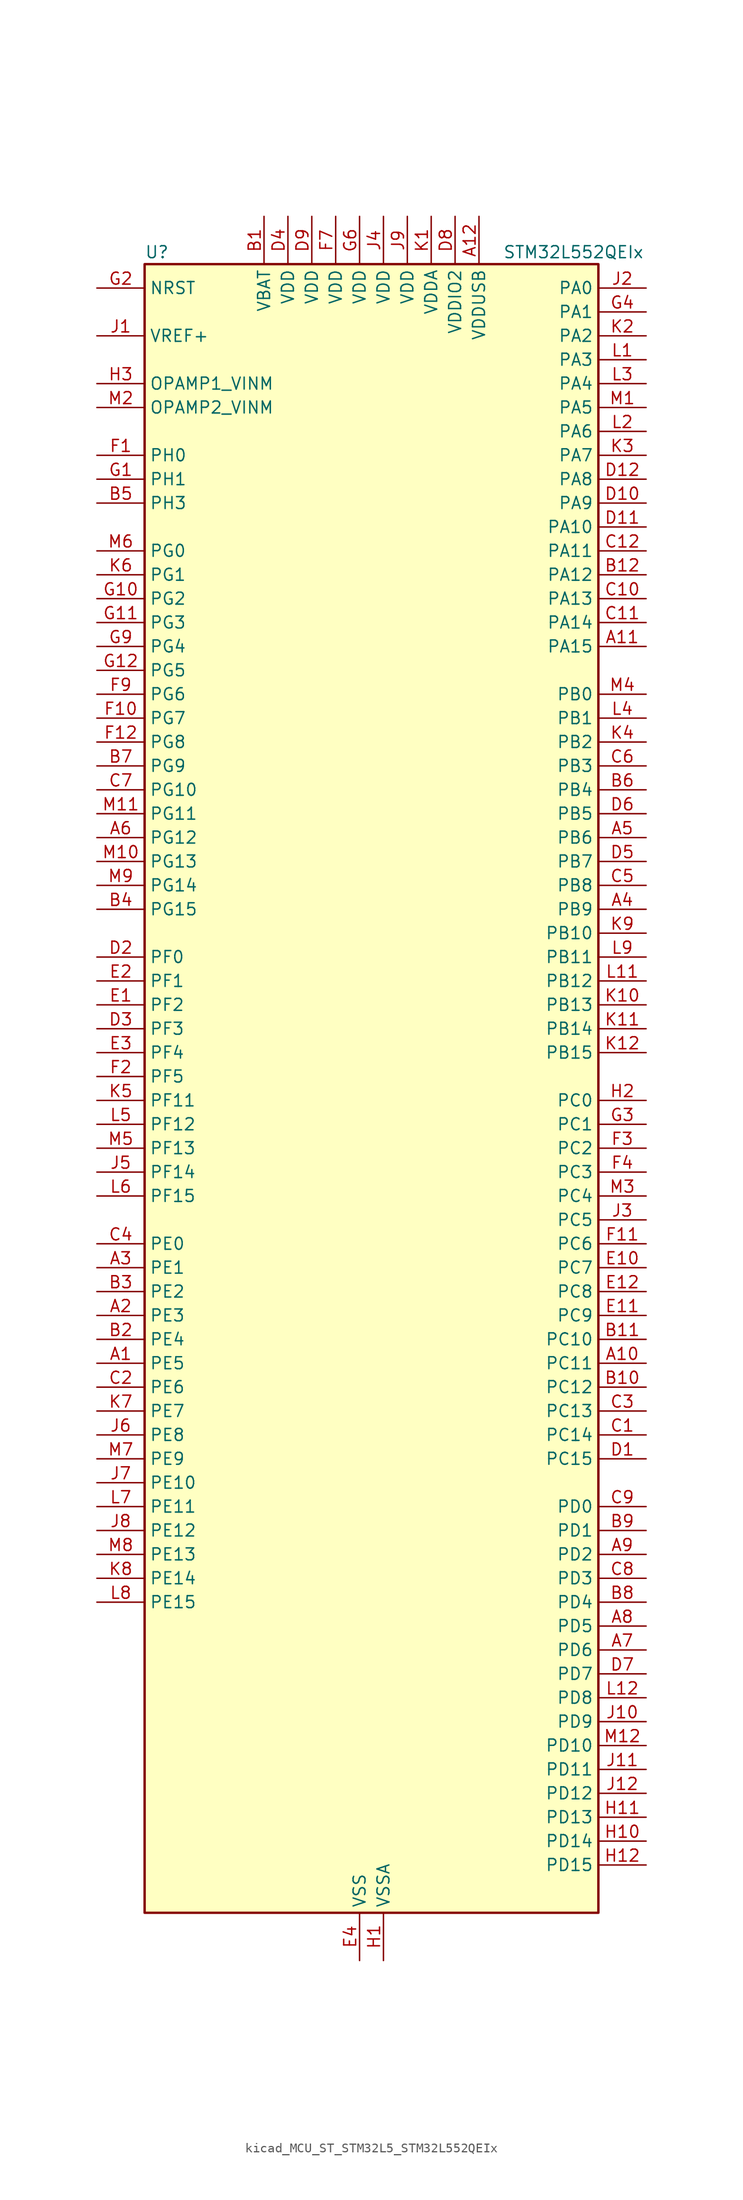
<source format=kicad_sym>
(kicad_symbol_lib
  (version 20220914)
  (generator kicad_symbol_editor)
  (symbol "kicad_MCU_ST_STM32L5_STM32L552QEIx"
    (property "Reference" "U"
      (at -22.86 90.17 0)
      (effects (font (size 1.27 1.27)) (justify left)))
    (property "Value" "STM32L552QEIx"
      (at 15.24 90.17 0)
      (effects (font (size 1.27 1.27)) (justify left)))
    (property "ki_locked" ""
      (at 0 0 0)
      (effects (font (size 1.27 1.27))))
    (symbol "kicad_MCU_ST_STM32L5_STM32L552QEIx_0_1"
      (rectangle (start -22.86 -86.36) (end 25.4 88.9) (stroke (width 0.254) (type default)) (fill (type background))))
    (symbol "kicad_MCU_ST_STM32L5_STM32L552QEIx_1_1"
      (pin bidirectional line (at -27.94 -27.94 0) (length 5.08) (name "PE5" (effects (font (size 1.27 1.27)))) (number "A1" (effects (font (size 1.27 1.27)))) (alternate "DEBUG_TRACED2" bidirectional line) (alternate "DFSDM1_CKIN3" bidirectional line) (alternate "FMC_A21" bidirectional line) (alternate "SAI1_CK2" bidirectional line) (alternate "SAI1_SCK_A" bidirectional line) (alternate "TIM3_CH3" bidirectional line) (alternate "TSC_G7_IO4" bidirectional line))
      (pin bidirectional line (at 30.48 -27.94 180) (length 5.08) (name "PC11" (effects (font (size 1.27 1.27)))) (number "A10" (effects (font (size 1.27 1.27)))) (alternate "ADC1_EXTI11" bidirectional line) (alternate "ADC2_EXTI11" bidirectional line) (alternate "LPTIM3_IN1" bidirectional line) (alternate "OCTOSPI1_NCS" bidirectional line) (alternate "SAI2_MCLK_B" bidirectional line) (alternate "SDMMC1_D3" bidirectional line) (alternate "SPI3_MISO" bidirectional line) (alternate "TSC_G3_IO3" bidirectional line) (alternate "UART4_RX" bidirectional line) (alternate "UCPD1_FRSTX2" bidirectional line) (alternate "USART3_RX" bidirectional line))
      (pin bidirectional line (at 30.48 48.26 180) (length 5.08) (name "PA15" (effects (font (size 1.27 1.27)))) (number "A11" (effects (font (size 1.27 1.27)))) (alternate "ADC1_EXTI15" bidirectional line) (alternate "ADC2_EXTI15" bidirectional line) (alternate "DEBUG_JTDI" bidirectional line) (alternate "SAI2_FS_B" bidirectional line) (alternate "SPI1_NSS" bidirectional line) (alternate "SPI3_NSS" bidirectional line) (alternate "TIM2_CH1" bidirectional line) (alternate "TIM2_ETR" bidirectional line) (alternate "UART4_DE" bidirectional line) (alternate "UART4_RTS" bidirectional line) (alternate "UCPD1_CC1" bidirectional line) (alternate "USART2_RX" bidirectional line) (alternate "USART3_DE" bidirectional line) (alternate "USART3_RTS" bidirectional line))
      (pin power_in line (at 12.7 93.98 270) (length 5.08) (name "VDDUSB" (effects (font (size 1.27 1.27)))) (number "A12" (effects (font (size 1.27 1.27)))))
      (pin bidirectional line (at -27.94 -22.86 0) (length 5.08) (name "PE3" (effects (font (size 1.27 1.27)))) (number "A2" (effects (font (size 1.27 1.27)))) (alternate "DEBUG_TRACED0" bidirectional line) (alternate "FMC_A19" bidirectional line) (alternate "OCTOSPI1_DQS" bidirectional line) (alternate "SAI1_SD_B" bidirectional line) (alternate "TIM3_CH1" bidirectional line) (alternate "TSC_G7_IO2" bidirectional line))
      (pin bidirectional line (at -27.94 -17.78 0) (length 5.08) (name "PE1" (effects (font (size 1.27 1.27)))) (number "A3" (effects (font (size 1.27 1.27)))) (alternate "FMC_NBL1" bidirectional line) (alternate "TIM17_CH1" bidirectional line))
      (pin bidirectional line (at 30.48 20.32 180) (length 5.08) (name "PB9" (effects (font (size 1.27 1.27)))) (number "A4" (effects (font (size 1.27 1.27)))) (alternate "DAC1_EXTI9" bidirectional line) (alternate "FDCAN1_TX" bidirectional line) (alternate "I2C1_SDA" bidirectional line) (alternate "IR_OUT" bidirectional line) (alternate "SAI1_D2" bidirectional line) (alternate "SAI1_FS_A" bidirectional line) (alternate "SDMMC1_CDIR" bidirectional line) (alternate "SDMMC1_D5" bidirectional line) (alternate "SPI2_NSS" bidirectional line) (alternate "TIM17_CH1" bidirectional line) (alternate "TIM4_CH4" bidirectional line))
      (pin bidirectional line (at 30.48 27.94 180) (length 5.08) (name "PB6" (effects (font (size 1.27 1.27)))) (number "A5" (effects (font (size 1.27 1.27)))) (alternate "COMP2_INP" bidirectional line) (alternate "I2C1_SCL" bidirectional line) (alternate "I2C4_SCL" bidirectional line) (alternate "LPTIM1_ETR" bidirectional line) (alternate "SAI1_FS_B" bidirectional line) (alternate "TIM16_CH1N" bidirectional line) (alternate "TIM4_CH1" bidirectional line) (alternate "TIM8_BKIN2" bidirectional line) (alternate "TSC_G2_IO3" bidirectional line) (alternate "USART1_TX" bidirectional line))
      (pin bidirectional line (at -27.94 27.94 0) (length 5.08) (name "PG12" (effects (font (size 1.27 1.27)))) (number "A6" (effects (font (size 1.27 1.27)))) (alternate "FMC_NE4" bidirectional line) (alternate "LPTIM1_ETR" bidirectional line) (alternate "SAI2_SD_A" bidirectional line) (alternate "SPI3_NSS" bidirectional line) (alternate "USART1_DE" bidirectional line) (alternate "USART1_RTS" bidirectional line))
      (pin bidirectional line (at 30.48 -58.42 180) (length 5.08) (name "PD6" (effects (font (size 1.27 1.27)))) (number "A7" (effects (font (size 1.27 1.27)))) (alternate "DFSDM1_DATIN1" bidirectional line) (alternate "FMC_NWAIT" bidirectional line) (alternate "OCTOSPI1_IO6" bidirectional line) (alternate "SAI1_D1" bidirectional line) (alternate "SAI1_SD_A" bidirectional line) (alternate "SPI3_MOSI" bidirectional line) (alternate "USART2_RX" bidirectional line))
      (pin bidirectional line (at 30.48 -55.88 180) (length 5.08) (name "PD5" (effects (font (size 1.27 1.27)))) (number "A8" (effects (font (size 1.27 1.27)))) (alternate "FMC_NWE" bidirectional line) (alternate "OCTOSPI1_IO5" bidirectional line) (alternate "USART2_TX" bidirectional line))
      (pin bidirectional line (at 30.48 -48.26 180) (length 5.08) (name "PD2" (effects (font (size 1.27 1.27)))) (number "A9" (effects (font (size 1.27 1.27)))) (alternate "DEBUG_TRACED2" bidirectional line) (alternate "SDMMC1_CMD" bidirectional line) (alternate "TIM3_ETR" bidirectional line) (alternate "TSC_SYNC" bidirectional line) (alternate "UART5_RX" bidirectional line) (alternate "USART3_DE" bidirectional line) (alternate "USART3_RTS" bidirectional line))
      (pin power_in line (at -10.16 93.98 270) (length 5.08) (name "VBAT" (effects (font (size 1.27 1.27)))) (number "B1" (effects (font (size 1.27 1.27)))))
      (pin bidirectional line (at 30.48 -30.48 180) (length 5.08) (name "PC12" (effects (font (size 1.27 1.27)))) (number "B10" (effects (font (size 1.27 1.27)))) (alternate "DEBUG_TRACED3" bidirectional line) (alternate "SAI2_SD_B" bidirectional line) (alternate "SDMMC1_CK" bidirectional line) (alternate "SPI3_MOSI" bidirectional line) (alternate "TSC_G3_IO4" bidirectional line) (alternate "UART5_TX" bidirectional line) (alternate "USART3_CK" bidirectional line))
      (pin bidirectional line (at 30.48 -25.4 180) (length 5.08) (name "PC10" (effects (font (size 1.27 1.27)))) (number "B11" (effects (font (size 1.27 1.27)))) (alternate "DEBUG_TRACED1" bidirectional line) (alternate "LPTIM3_ETR" bidirectional line) (alternate "SAI2_SCK_B" bidirectional line) (alternate "SDMMC1_D2" bidirectional line) (alternate "SPI3_SCK" bidirectional line) (alternate "TSC_G3_IO2" bidirectional line) (alternate "UART4_TX" bidirectional line) (alternate "USART3_TX" bidirectional line))
      (pin bidirectional line (at 30.48 55.88 180) (length 5.08) (name "PA12" (effects (font (size 1.27 1.27)))) (number "B12" (effects (font (size 1.27 1.27)))) (alternate "FDCAN1_TX" bidirectional line) (alternate "SPI1_MOSI" bidirectional line) (alternate "TIM1_ETR" bidirectional line) (alternate "USART1_DE" bidirectional line) (alternate "USART1_RTS" bidirectional line) (alternate "USB_DP" bidirectional line))
      (pin bidirectional line (at -27.94 -25.4 0) (length 5.08) (name "PE4" (effects (font (size 1.27 1.27)))) (number "B2" (effects (font (size 1.27 1.27)))) (alternate "DEBUG_TRACED1" bidirectional line) (alternate "DFSDM1_DATIN3" bidirectional line) (alternate "FMC_A20" bidirectional line) (alternate "SAI1_D2" bidirectional line) (alternate "SAI1_FS_A" bidirectional line) (alternate "TIM3_CH2" bidirectional line) (alternate "TSC_G7_IO3" bidirectional line))
      (pin bidirectional line (at -27.94 -20.32 0) (length 5.08) (name "PE2" (effects (font (size 1.27 1.27)))) (number "B3" (effects (font (size 1.27 1.27)))) (alternate "DEBUG_TRACECLK" bidirectional line) (alternate "FMC_A23" bidirectional line) (alternate "SAI1_CK1" bidirectional line) (alternate "SAI1_MCLK_A" bidirectional line) (alternate "TIM3_ETR" bidirectional line) (alternate "TSC_G7_IO1" bidirectional line))
      (pin bidirectional line (at -27.94 20.32 0) (length 5.08) (name "PG15" (effects (font (size 1.27 1.27)))) (number "B4" (effects (font (size 1.27 1.27)))) (alternate "ADC1_EXTI15" bidirectional line) (alternate "ADC2_EXTI15" bidirectional line) (alternate "I2C1_SMBA" bidirectional line) (alternate "LPTIM1_OUT" bidirectional line))
      (pin bidirectional line (at -27.94 63.5 0) (length 5.08) (name "PH3" (effects (font (size 1.27 1.27)))) (number "B5" (effects (font (size 1.27 1.27)))))
      (pin bidirectional line (at 30.48 33.02 180) (length 5.08) (name "PB4" (effects (font (size 1.27 1.27)))) (number "B6" (effects (font (size 1.27 1.27)))) (alternate "COMP2_INP" bidirectional line) (alternate "DEBUG_JTRST" bidirectional line) (alternate "I2C3_SDA" bidirectional line) (alternate "SAI1_MCLK_B" bidirectional line) (alternate "SPI1_MISO" bidirectional line) (alternate "SPI3_MISO" bidirectional line) (alternate "TIM17_BKIN" bidirectional line) (alternate "TIM3_CH1" bidirectional line) (alternate "TSC_G2_IO1" bidirectional line) (alternate "UART5_DE" bidirectional line) (alternate "UART5_RTS" bidirectional line) (alternate "USART1_CTS" bidirectional line) (alternate "USART1_NSS" bidirectional line))
      (pin bidirectional line (at -27.94 35.56 0) (length 5.08) (name "PG9" (effects (font (size 1.27 1.27)))) (number "B7" (effects (font (size 1.27 1.27)))) (alternate "DAC1_EXTI9" bidirectional line) (alternate "FMC_NCE" bidirectional line) (alternate "FMC_NE2" bidirectional line) (alternate "SAI2_SCK_A" bidirectional line) (alternate "SPI3_SCK" bidirectional line) (alternate "TIM15_CH1N" bidirectional line) (alternate "USART1_TX" bidirectional line))
      (pin bidirectional line (at 30.48 -53.34 180) (length 5.08) (name "PD4" (effects (font (size 1.27 1.27)))) (number "B8" (effects (font (size 1.27 1.27)))) (alternate "DFSDM1_CKIN0" bidirectional line) (alternate "FMC_NOE" bidirectional line) (alternate "OCTOSPI1_IO4" bidirectional line) (alternate "SPI2_MOSI" bidirectional line) (alternate "USART2_DE" bidirectional line) (alternate "USART2_RTS" bidirectional line))
      (pin bidirectional line (at 30.48 -45.72 180) (length 5.08) (name "PD1" (effects (font (size 1.27 1.27)))) (number "B9" (effects (font (size 1.27 1.27)))) (alternate "FDCAN1_TX" bidirectional line) (alternate "FMC_D3" bidirectional line) (alternate "FMC_DA3" bidirectional line) (alternate "SPI2_SCK" bidirectional line))
      (pin bidirectional line (at 30.48 -35.56 180) (length 5.08) (name "PC14" (effects (font (size 1.27 1.27)))) (number "C1" (effects (font (size 1.27 1.27)))) (alternate "RCC_OSC32_IN" bidirectional line))
      (pin bidirectional line (at 30.48 53.34 180) (length 5.08) (name "PA13" (effects (font (size 1.27 1.27)))) (number "C10" (effects (font (size 1.27 1.27)))) (alternate "DEBUG_JTMS-SWDIO" bidirectional line) (alternate "IR_OUT" bidirectional line) (alternate "SAI1_SD_B" bidirectional line) (alternate "USB_NOE" bidirectional line))
      (pin bidirectional line (at 30.48 50.8 180) (length 5.08) (name "PA14" (effects (font (size 1.27 1.27)))) (number "C11" (effects (font (size 1.27 1.27)))) (alternate "DEBUG_JTCK-SWCLK" bidirectional line) (alternate "I2C1_SMBA" bidirectional line) (alternate "I2C4_SMBA" bidirectional line) (alternate "LPTIM1_OUT" bidirectional line) (alternate "SAI1_FS_B" bidirectional line))
      (pin bidirectional line (at 30.48 58.42 180) (length 5.08) (name "PA11" (effects (font (size 1.27 1.27)))) (number "C12" (effects (font (size 1.27 1.27)))) (alternate "ADC1_EXTI11" bidirectional line) (alternate "ADC2_EXTI11" bidirectional line) (alternate "FDCAN1_RX" bidirectional line) (alternate "SPI1_MISO" bidirectional line) (alternate "TIM1_BKIN2" bidirectional line) (alternate "TIM1_CH4" bidirectional line) (alternate "USART1_CTS" bidirectional line) (alternate "USART1_NSS" bidirectional line) (alternate "USB_DM" bidirectional line))
      (pin bidirectional line (at -27.94 -30.48 0) (length 5.08) (name "PE6" (effects (font (size 1.27 1.27)))) (number "C2" (effects (font (size 1.27 1.27)))) (alternate "DEBUG_TRACED3" bidirectional line) (alternate "FMC_A22" bidirectional line) (alternate "PWR_WKUP3" bidirectional line) (alternate "SAI1_D1" bidirectional line) (alternate "SAI1_SD_A" bidirectional line) (alternate "TAMP_IN3" bidirectional line) (alternate "TAMP_OUT6" bidirectional line) (alternate "TIM3_CH4" bidirectional line))
      (pin bidirectional line (at 30.48 -33.02 180) (length 5.08) (name "PC13" (effects (font (size 1.27 1.27)))) (number "C3" (effects (font (size 1.27 1.27)))) (alternate "PWR_WKUP2" bidirectional line) (alternate "RTC_OUT1" bidirectional line) (alternate "RTC_TS" bidirectional line) (alternate "TAMP_IN1" bidirectional line) (alternate "TAMP_OUT2" bidirectional line))
      (pin bidirectional line (at -27.94 -15.24 0) (length 5.08) (name "PE0" (effects (font (size 1.27 1.27)))) (number "C4" (effects (font (size 1.27 1.27)))) (alternate "FMC_NBL0" bidirectional line) (alternate "TIM16_CH1" bidirectional line) (alternate "TIM4_ETR" bidirectional line))
      (pin bidirectional line (at 30.48 22.86 180) (length 5.08) (name "PB8" (effects (font (size 1.27 1.27)))) (number "C5" (effects (font (size 1.27 1.27)))) (alternate "DFSDM1_CKOUT" bidirectional line) (alternate "FDCAN1_RX" bidirectional line) (alternate "I2C1_SCL" bidirectional line) (alternate "SAI1_CK1" bidirectional line) (alternate "SAI1_MCLK_A" bidirectional line) (alternate "SDMMC1_CKIN" bidirectional line) (alternate "SDMMC1_D4" bidirectional line) (alternate "TIM16_CH1" bidirectional line) (alternate "TIM4_CH3" bidirectional line))
      (pin bidirectional line (at 30.48 35.56 180) (length 5.08) (name "PB3" (effects (font (size 1.27 1.27)))) (number "C6" (effects (font (size 1.27 1.27)))) (alternate "COMP2_INM" bidirectional line) (alternate "CRS_SYNC" bidirectional line) (alternate "DEBUG_JTDO-SWO" bidirectional line) (alternate "SAI1_SCK_B" bidirectional line) (alternate "SPI1_SCK" bidirectional line) (alternate "SPI3_SCK" bidirectional line) (alternate "TIM2_CH2" bidirectional line) (alternate "USART1_DE" bidirectional line) (alternate "USART1_RTS" bidirectional line))
      (pin bidirectional line (at -27.94 33.02 0) (length 5.08) (name "PG10" (effects (font (size 1.27 1.27)))) (number "C7" (effects (font (size 1.27 1.27)))) (alternate "FMC_NE3" bidirectional line) (alternate "LPTIM1_IN1" bidirectional line) (alternate "SAI2_FS_A" bidirectional line) (alternate "SPI3_MISO" bidirectional line) (alternate "TIM15_CH1" bidirectional line) (alternate "USART1_RX" bidirectional line))
      (pin bidirectional line (at 30.48 -50.8 180) (length 5.08) (name "PD3" (effects (font (size 1.27 1.27)))) (number "C8" (effects (font (size 1.27 1.27)))) (alternate "DFSDM1_DATIN0" bidirectional line) (alternate "FMC_CLK" bidirectional line) (alternate "SPI2_MISO" bidirectional line) (alternate "SPI2_SCK" bidirectional line) (alternate "USART2_CTS" bidirectional line) (alternate "USART2_NSS" bidirectional line))
      (pin bidirectional line (at 30.48 -43.18 180) (length 5.08) (name "PD0" (effects (font (size 1.27 1.27)))) (number "C9" (effects (font (size 1.27 1.27)))) (alternate "FDCAN1_RX" bidirectional line) (alternate "FMC_D2" bidirectional line) (alternate "FMC_DA2" bidirectional line) (alternate "SPI2_NSS" bidirectional line))
      (pin bidirectional line (at 30.48 -38.1 180) (length 5.08) (name "PC15" (effects (font (size 1.27 1.27)))) (number "D1" (effects (font (size 1.27 1.27)))) (alternate "ADC1_EXTI15" bidirectional line) (alternate "ADC2_EXTI15" bidirectional line) (alternate "RCC_OSC32_OUT" bidirectional line))
      (pin bidirectional line (at 30.48 63.5 180) (length 5.08) (name "PA9" (effects (font (size 1.27 1.27)))) (number "D10" (effects (font (size 1.27 1.27)))) (alternate "DAC1_EXTI9" bidirectional line) (alternate "SAI1_FS_A" bidirectional line) (alternate "SPI2_SCK" bidirectional line) (alternate "TIM15_BKIN" bidirectional line) (alternate "TIM1_CH2" bidirectional line) (alternate "USART1_TX" bidirectional line))
      (pin bidirectional line (at 30.48 60.96 180) (length 5.08) (name "PA10" (effects (font (size 1.27 1.27)))) (number "D11" (effects (font (size 1.27 1.27)))) (alternate "CRS_SYNC" bidirectional line) (alternate "SAI1_D1" bidirectional line) (alternate "SAI1_SD_A" bidirectional line) (alternate "TIM17_BKIN" bidirectional line) (alternate "TIM1_CH3" bidirectional line) (alternate "USART1_RX" bidirectional line))
      (pin bidirectional line (at 30.48 66.04 180) (length 5.08) (name "PA8" (effects (font (size 1.27 1.27)))) (number "D12" (effects (font (size 1.27 1.27)))) (alternate "LPTIM2_OUT" bidirectional line) (alternate "RCC_MCO" bidirectional line) (alternate "SAI1_CK2" bidirectional line) (alternate "SAI1_SCK_A" bidirectional line) (alternate "TIM1_CH1" bidirectional line) (alternate "USART1_CK" bidirectional line))
      (pin bidirectional line (at -27.94 15.24 0) (length 5.08) (name "PF0" (effects (font (size 1.27 1.27)))) (number "D2" (effects (font (size 1.27 1.27)))) (alternate "FMC_A0" bidirectional line) (alternate "I2C2_SDA" bidirectional line))
      (pin bidirectional line (at -27.94 7.62 0) (length 5.08) (name "PF3" (effects (font (size 1.27 1.27)))) (number "D3" (effects (font (size 1.27 1.27)))) (alternate "FMC_A3" bidirectional line) (alternate "LPTIM3_IN1" bidirectional line))
      (pin power_in line (at -7.62 93.98 270) (length 5.08) (name "VDD" (effects (font (size 1.27 1.27)))) (number "D4" (effects (font (size 1.27 1.27)))))
      (pin bidirectional line (at 30.48 25.4 180) (length 5.08) (name "PB7" (effects (font (size 1.27 1.27)))) (number "D5" (effects (font (size 1.27 1.27)))) (alternate "COMP2_INM" bidirectional line) (alternate "FMC_NL" bidirectional line) (alternate "I2C1_SDA" bidirectional line) (alternate "I2C4_SDA" bidirectional line) (alternate "LPTIM1_IN2" bidirectional line) (alternate "PWR_PVD_IN" bidirectional line) (alternate "TIM17_CH1N" bidirectional line) (alternate "TIM4_CH2" bidirectional line) (alternate "TIM8_BKIN" bidirectional line) (alternate "TSC_G2_IO4" bidirectional line) (alternate "UART4_CTS" bidirectional line) (alternate "USART1_RX" bidirectional line))
      (pin bidirectional line (at 30.48 30.48 180) (length 5.08) (name "PB5" (effects (font (size 1.27 1.27)))) (number "D6" (effects (font (size 1.27 1.27)))) (alternate "COMP2_OUT" bidirectional line) (alternate "I2C1_SMBA" bidirectional line) (alternate "LPTIM1_IN1" bidirectional line) (alternate "OCTOSPI1_NCLK" bidirectional line) (alternate "SAI1_SD_B" bidirectional line) (alternate "SPI1_MOSI" bidirectional line) (alternate "SPI3_MOSI" bidirectional line) (alternate "TIM16_BKIN" bidirectional line) (alternate "TIM3_CH2" bidirectional line) (alternate "TSC_G2_IO2" bidirectional line) (alternate "UART5_CTS" bidirectional line) (alternate "UCPD1_DBCC1" bidirectional line) (alternate "USART1_CK" bidirectional line))
      (pin bidirectional line (at 30.48 -60.96 180) (length 5.08) (name "PD7" (effects (font (size 1.27 1.27)))) (number "D7" (effects (font (size 1.27 1.27)))) (alternate "DFSDM1_CKIN1" bidirectional line) (alternate "FMC_NCE" bidirectional line) (alternate "FMC_NE1" bidirectional line) (alternate "OCTOSPI1_IO7" bidirectional line) (alternate "USART2_CK" bidirectional line))
      (pin power_in line (at 10.16 93.98 270) (length 5.08) (name "VDDIO2" (effects (font (size 1.27 1.27)))) (number "D8" (effects (font (size 1.27 1.27)))))
      (pin power_in line (at -5.08 93.98 270) (length 5.08) (name "VDD" (effects (font (size 1.27 1.27)))) (number "D9" (effects (font (size 1.27 1.27)))))
      (pin bidirectional line (at -27.94 10.16 0) (length 5.08) (name "PF2" (effects (font (size 1.27 1.27)))) (number "E1" (effects (font (size 1.27 1.27)))) (alternate "FMC_A2" bidirectional line) (alternate "I2C2_SMBA" bidirectional line))
      (pin bidirectional line (at 30.48 -17.78 180) (length 5.08) (name "PC7" (effects (font (size 1.27 1.27)))) (number "E10" (effects (font (size 1.27 1.27)))) (alternate "DFSDM1_DATIN3" bidirectional line) (alternate "SAI2_MCLK_B" bidirectional line) (alternate "SDMMC1_D123DIR" bidirectional line) (alternate "SDMMC1_D7" bidirectional line) (alternate "TIM3_CH2" bidirectional line) (alternate "TIM8_CH2" bidirectional line) (alternate "TSC_G4_IO2" bidirectional line))
      (pin bidirectional line (at 30.48 -22.86 180) (length 5.08) (name "PC9" (effects (font (size 1.27 1.27)))) (number "E11" (effects (font (size 1.27 1.27)))) (alternate "DAC1_EXTI9" bidirectional line) (alternate "DEBUG_TRACED0" bidirectional line) (alternate "SAI2_EXTCLK" bidirectional line) (alternate "SDMMC1_D1" bidirectional line) (alternate "TIM3_CH4" bidirectional line) (alternate "TIM8_BKIN2" bidirectional line) (alternate "TIM8_CH4" bidirectional line) (alternate "TSC_G4_IO4" bidirectional line) (alternate "USB_NOE" bidirectional line))
      (pin bidirectional line (at 30.48 -20.32 180) (length 5.08) (name "PC8" (effects (font (size 1.27 1.27)))) (number "E12" (effects (font (size 1.27 1.27)))) (alternate "SDMMC1_D0" bidirectional line) (alternate "TIM3_CH3" bidirectional line) (alternate "TIM8_CH3" bidirectional line) (alternate "TSC_G4_IO3" bidirectional line))
      (pin bidirectional line (at -27.94 12.7 0) (length 5.08) (name "PF1" (effects (font (size 1.27 1.27)))) (number "E2" (effects (font (size 1.27 1.27)))) (alternate "FMC_A1" bidirectional line) (alternate "I2C2_SCL" bidirectional line))
      (pin bidirectional line (at -27.94 5.08 0) (length 5.08) (name "PF4" (effects (font (size 1.27 1.27)))) (number "E3" (effects (font (size 1.27 1.27)))) (alternate "FMC_A4" bidirectional line) (alternate "LPTIM3_ETR" bidirectional line))
      (pin power_in line (at 0 -91.44 90) (length 5.08) (name "VSS" (effects (font (size 1.27 1.27)))) (number "E4" (effects (font (size 1.27 1.27)))))
      (pin passive line (at 0 -91.44 90) (length 5.08) hide (name "VSS" (effects (font (size 1.27 1.27)))) (number "E9" (effects (font (size 1.27 1.27)))))
      (pin bidirectional line (at -27.94 68.58 0) (length 5.08) (name "PH0" (effects (font (size 1.27 1.27)))) (number "F1" (effects (font (size 1.27 1.27)))) (alternate "RCC_OSC_IN" bidirectional line))
      (pin bidirectional line (at -27.94 40.64 0) (length 5.08) (name "PG7" (effects (font (size 1.27 1.27)))) (number "F10" (effects (font (size 1.27 1.27)))) (alternate "DFSDM1_CKOUT" bidirectional line) (alternate "FMC_INT" bidirectional line) (alternate "I2C3_SCL" bidirectional line) (alternate "LPUART1_TX" bidirectional line) (alternate "SAI1_CK1" bidirectional line) (alternate "SAI1_MCLK_A" bidirectional line) (alternate "UCPD1_FRSTX2" bidirectional line))
      (pin bidirectional line (at 30.48 -15.24 180) (length 5.08) (name "PC6" (effects (font (size 1.27 1.27)))) (number "F11" (effects (font (size 1.27 1.27)))) (alternate "DFSDM1_CKIN3" bidirectional line) (alternate "SAI2_MCLK_A" bidirectional line) (alternate "SDMMC1_D0DIR" bidirectional line) (alternate "SDMMC1_D6" bidirectional line) (alternate "TIM3_CH1" bidirectional line) (alternate "TIM8_CH1" bidirectional line) (alternate "TSC_G4_IO1" bidirectional line))
      (pin bidirectional line (at -27.94 38.1 0) (length 5.08) (name "PG8" (effects (font (size 1.27 1.27)))) (number "F12" (effects (font (size 1.27 1.27)))) (alternate "I2C3_SDA" bidirectional line) (alternate "LPUART1_RX" bidirectional line))
      (pin bidirectional line (at -27.94 2.54 0) (length 5.08) (name "PF5" (effects (font (size 1.27 1.27)))) (number "F2" (effects (font (size 1.27 1.27)))) (alternate "FMC_A5" bidirectional line) (alternate "LPTIM3_OUT" bidirectional line))
      (pin bidirectional line (at 30.48 -5.08 180) (length 5.08) (name "PC2" (effects (font (size 1.27 1.27)))) (number "F3" (effects (font (size 1.27 1.27)))) (alternate "ADC1_IN3" bidirectional line) (alternate "ADC2_IN3" bidirectional line) (alternate "DFSDM1_CKOUT" bidirectional line) (alternate "LPTIM1_IN2" bidirectional line) (alternate "OCTOSPI1_IO5" bidirectional line) (alternate "SPI2_MISO" bidirectional line))
      (pin bidirectional line (at 30.48 -7.62 180) (length 5.08) (name "PC3" (effects (font (size 1.27 1.27)))) (number "F4" (effects (font (size 1.27 1.27)))) (alternate "ADC1_IN4" bidirectional line) (alternate "ADC2_IN4" bidirectional line) (alternate "LPTIM1_ETR" bidirectional line) (alternate "LPTIM2_ETR" bidirectional line) (alternate "LPTIM3_OUT" bidirectional line) (alternate "OCTOSPI1_IO6" bidirectional line) (alternate "SAI1_D1" bidirectional line) (alternate "SAI1_SD_A" bidirectional line) (alternate "SPI2_MOSI" bidirectional line))
      (pin passive line (at 0 -91.44 90) (length 5.08) hide (name "VSS" (effects (font (size 1.27 1.27)))) (number "F6" (effects (font (size 1.27 1.27)))))
      (pin power_in line (at -2.54 93.98 270) (length 5.08) (name "VDD" (effects (font (size 1.27 1.27)))) (number "F7" (effects (font (size 1.27 1.27)))))
      (pin bidirectional line (at -27.94 43.18 0) (length 5.08) (name "PG6" (effects (font (size 1.27 1.27)))) (number "F9" (effects (font (size 1.27 1.27)))) (alternate "I2C3_SMBA" bidirectional line) (alternate "LPUART1_DE" bidirectional line) (alternate "LPUART1_RTS" bidirectional line) (alternate "OCTOSPI1_DQS" bidirectional line) (alternate "UCPD1_FRSTX1" bidirectional line))
      (pin bidirectional line (at -27.94 66.04 0) (length 5.08) (name "PH1" (effects (font (size 1.27 1.27)))) (number "G1" (effects (font (size 1.27 1.27)))) (alternate "RCC_OSC_OUT" bidirectional line))
      (pin bidirectional line (at -27.94 53.34 0) (length 5.08) (name "PG2" (effects (font (size 1.27 1.27)))) (number "G10" (effects (font (size 1.27 1.27)))) (alternate "FMC_A12" bidirectional line) (alternate "SAI2_SCK_B" bidirectional line) (alternate "SPI1_SCK" bidirectional line))
      (pin bidirectional line (at -27.94 50.8 0) (length 5.08) (name "PG3" (effects (font (size 1.27 1.27)))) (number "G11" (effects (font (size 1.27 1.27)))) (alternate "FMC_A13" bidirectional line) (alternate "SAI2_FS_B" bidirectional line) (alternate "SPI1_MISO" bidirectional line))
      (pin bidirectional line (at -27.94 45.72 0) (length 5.08) (name "PG5" (effects (font (size 1.27 1.27)))) (number "G12" (effects (font (size 1.27 1.27)))) (alternate "FMC_A15" bidirectional line) (alternate "LPUART1_CTS" bidirectional line) (alternate "SAI2_SD_B" bidirectional line) (alternate "SPI1_NSS" bidirectional line))
      (pin input line (at -27.94 86.36 0) (length 5.08) (name "NRST" (effects (font (size 1.27 1.27)))) (number "G2" (effects (font (size 1.27 1.27)))))
      (pin bidirectional line (at 30.48 -2.54 180) (length 5.08) (name "PC1" (effects (font (size 1.27 1.27)))) (number "G3" (effects (font (size 1.27 1.27)))) (alternate "ADC1_IN2" bidirectional line) (alternate "ADC2_IN2" bidirectional line) (alternate "DEBUG_TRACED0" bidirectional line) (alternate "I2C3_SDA" bidirectional line) (alternate "LPTIM1_OUT" bidirectional line) (alternate "LPUART1_TX" bidirectional line) (alternate "OCTOSPI1_IO4" bidirectional line) (alternate "SAI1_SD_A" bidirectional line) (alternate "SPI2_MOSI" bidirectional line))
      (pin bidirectional line (at 30.48 83.82 180) (length 5.08) (name "PA1" (effects (font (size 1.27 1.27)))) (number "G4" (effects (font (size 1.27 1.27)))) (alternate "ADC1_IN6" bidirectional line) (alternate "ADC2_IN6" bidirectional line) (alternate "I2C1_SMBA" bidirectional line) (alternate "OCTOSPI1_DQS" bidirectional line) (alternate "OPAMP1_VINM" bidirectional line) (alternate "SPI1_SCK" bidirectional line) (alternate "TAMP_IN5" bidirectional line) (alternate "TAMP_OUT4" bidirectional line) (alternate "TIM15_CH1N" bidirectional line) (alternate "TIM2_CH2" bidirectional line) (alternate "TIM5_CH2" bidirectional line) (alternate "UART4_RX" bidirectional line) (alternate "USART2_DE" bidirectional line) (alternate "USART2_RTS" bidirectional line))
      (pin power_in line (at 0 93.98 270) (length 5.08) (name "VDD" (effects (font (size 1.27 1.27)))) (number "G6" (effects (font (size 1.27 1.27)))))
      (pin passive line (at 0 -91.44 90) (length 5.08) hide (name "VSS" (effects (font (size 1.27 1.27)))) (number "G7" (effects (font (size 1.27 1.27)))))
      (pin bidirectional line (at -27.94 48.26 0) (length 5.08) (name "PG4" (effects (font (size 1.27 1.27)))) (number "G9" (effects (font (size 1.27 1.27)))) (alternate "FMC_A14" bidirectional line) (alternate "SAI2_MCLK_B" bidirectional line) (alternate "SPI1_MOSI" bidirectional line))
      (pin power_in line (at 2.54 -91.44 90) (length 5.08) (name "VSSA" (effects (font (size 1.27 1.27)))) (number "H1" (effects (font (size 1.27 1.27)))))
      (pin bidirectional line (at 30.48 -78.74 180) (length 5.08) (name "PD14" (effects (font (size 1.27 1.27)))) (number "H10" (effects (font (size 1.27 1.27)))) (alternate "FMC_D0" bidirectional line) (alternate "FMC_DA0" bidirectional line) (alternate "TIM4_CH3" bidirectional line))
      (pin bidirectional line (at 30.48 -76.2 180) (length 5.08) (name "PD13" (effects (font (size 1.27 1.27)))) (number "H11" (effects (font (size 1.27 1.27)))) (alternate "FMC_A18" bidirectional line) (alternate "I2C4_SDA" bidirectional line) (alternate "LPTIM2_OUT" bidirectional line) (alternate "TIM4_CH2" bidirectional line) (alternate "TSC_G6_IO4" bidirectional line))
      (pin bidirectional line (at 30.48 -81.28 180) (length 5.08) (name "PD15" (effects (font (size 1.27 1.27)))) (number "H12" (effects (font (size 1.27 1.27)))) (alternate "ADC1_EXTI15" bidirectional line) (alternate "ADC2_EXTI15" bidirectional line) (alternate "FMC_D1" bidirectional line) (alternate "FMC_DA1" bidirectional line) (alternate "TIM4_CH4" bidirectional line))
      (pin bidirectional line (at 30.48 0 180) (length 5.08) (name "PC0" (effects (font (size 1.27 1.27)))) (number "H2" (effects (font (size 1.27 1.27)))) (alternate "ADC1_IN1" bidirectional line) (alternate "ADC2_IN1" bidirectional line) (alternate "I2C3_SCL" bidirectional line) (alternate "LPTIM1_IN1" bidirectional line) (alternate "LPTIM2_IN1" bidirectional line) (alternate "LPUART1_RX" bidirectional line) (alternate "OCTOSPI1_IO7" bidirectional line) (alternate "SAI2_FS_A" bidirectional line) (alternate "SDMMC1_D5" bidirectional line))
      (pin bidirectional line (at -27.94 76.2 0) (length 5.08) (name "OPAMP1_VINM" (effects (font (size 1.27 1.27)))) (number "H3" (effects (font (size 1.27 1.27)))) (alternate "OPAMP1_VINM" bidirectional line))
      (pin passive line (at 0 -91.44 90) (length 5.08) hide (name "VSS" (effects (font (size 1.27 1.27)))) (number "H4" (effects (font (size 1.27 1.27)))))
      (pin passive line (at 0 -91.44 90) (length 5.08) hide (name "VSS" (effects (font (size 1.27 1.27)))) (number "H9" (effects (font (size 1.27 1.27)))))
      (pin input line (at -27.94 81.28 0) (length 5.08) (name "VREF+" (effects (font (size 1.27 1.27)))) (number "J1" (effects (font (size 1.27 1.27)))))
      (pin bidirectional line (at 30.48 -66.04 180) (length 5.08) (name "PD9" (effects (font (size 1.27 1.27)))) (number "J10" (effects (font (size 1.27 1.27)))) (alternate "DAC1_EXTI9" bidirectional line) (alternate "FMC_D14" bidirectional line) (alternate "FMC_DA14" bidirectional line) (alternate "SAI2_MCLK_A" bidirectional line) (alternate "USART3_RX" bidirectional line))
      (pin bidirectional line (at 30.48 -71.12 180) (length 5.08) (name "PD11" (effects (font (size 1.27 1.27)))) (number "J11" (effects (font (size 1.27 1.27)))) (alternate "ADC1_EXTI11" bidirectional line) (alternate "ADC2_EXTI11" bidirectional line) (alternate "FMC_A16" bidirectional line) (alternate "FMC_CLE" bidirectional line) (alternate "I2C4_SMBA" bidirectional line) (alternate "LPTIM2_ETR" bidirectional line) (alternate "SAI2_SD_A" bidirectional line) (alternate "TSC_G6_IO2" bidirectional line) (alternate "USART3_CTS" bidirectional line) (alternate "USART3_NSS" bidirectional line))
      (pin bidirectional line (at 30.48 -73.66 180) (length 5.08) (name "PD12" (effects (font (size 1.27 1.27)))) (number "J12" (effects (font (size 1.27 1.27)))) (alternate "FMC_A17" bidirectional line) (alternate "FMC_ALE" bidirectional line) (alternate "I2C4_SCL" bidirectional line) (alternate "LPTIM2_IN1" bidirectional line) (alternate "SAI2_FS_A" bidirectional line) (alternate "TIM4_CH1" bidirectional line) (alternate "TSC_G6_IO3" bidirectional line) (alternate "USART3_DE" bidirectional line) (alternate "USART3_RTS" bidirectional line))
      (pin bidirectional line (at 30.48 86.36 180) (length 5.08) (name "PA0" (effects (font (size 1.27 1.27)))) (number "J2" (effects (font (size 1.27 1.27)))) (alternate "ADC1_IN5" bidirectional line) (alternate "ADC2_IN5" bidirectional line) (alternate "OPAMP1_VINP" bidirectional line) (alternate "PWR_WKUP1" bidirectional line) (alternate "SAI1_EXTCLK" bidirectional line) (alternate "TAMP_IN2" bidirectional line) (alternate "TAMP_OUT1" bidirectional line) (alternate "TIM2_CH1" bidirectional line) (alternate "TIM2_ETR" bidirectional line) (alternate "TIM5_CH1" bidirectional line) (alternate "TIM8_ETR" bidirectional line) (alternate "UART4_TX" bidirectional line) (alternate "USART2_CTS" bidirectional line) (alternate "USART2_NSS" bidirectional line))
      (pin bidirectional line (at 30.48 -12.7 180) (length 5.08) (name "PC5" (effects (font (size 1.27 1.27)))) (number "J3" (effects (font (size 1.27 1.27)))) (alternate "ADC1_IN14" bidirectional line) (alternate "ADC2_IN14" bidirectional line) (alternate "COMP1_INP" bidirectional line) (alternate "PWR_WKUP5" bidirectional line) (alternate "SAI1_D3" bidirectional line) (alternate "TAMP_IN4" bidirectional line) (alternate "TAMP_OUT5" bidirectional line) (alternate "USART3_RX" bidirectional line))
      (pin power_in line (at 2.54 93.98 270) (length 5.08) (name "VDD" (effects (font (size 1.27 1.27)))) (number "J4" (effects (font (size 1.27 1.27)))))
      (pin bidirectional line (at -27.94 -7.62 0) (length 5.08) (name "PF14" (effects (font (size 1.27 1.27)))) (number "J5" (effects (font (size 1.27 1.27)))) (alternate "FMC_A8" bidirectional line) (alternate "I2C4_SCL" bidirectional line) (alternate "TSC_G8_IO1" bidirectional line))
      (pin bidirectional line (at -27.94 -35.56 0) (length 5.08) (name "PE8" (effects (font (size 1.27 1.27)))) (number "J6" (effects (font (size 1.27 1.27)))) (alternate "DFSDM1_CKIN2" bidirectional line) (alternate "FMC_D5" bidirectional line) (alternate "FMC_DA5" bidirectional line) (alternate "SAI1_SCK_B" bidirectional line) (alternate "TIM1_CH1N" bidirectional line))
      (pin bidirectional line (at -27.94 -40.64 0) (length 5.08) (name "PE10" (effects (font (size 1.27 1.27)))) (number "J7" (effects (font (size 1.27 1.27)))) (alternate "FMC_D7" bidirectional line) (alternate "FMC_DA7" bidirectional line) (alternate "OCTOSPI1_CLK" bidirectional line) (alternate "SAI1_MCLK_B" bidirectional line) (alternate "TIM1_CH2N" bidirectional line) (alternate "TSC_G5_IO1" bidirectional line))
      (pin bidirectional line (at -27.94 -45.72 0) (length 5.08) (name "PE12" (effects (font (size 1.27 1.27)))) (number "J8" (effects (font (size 1.27 1.27)))) (alternate "FMC_D9" bidirectional line) (alternate "FMC_DA9" bidirectional line) (alternate "OCTOSPI1_IO0" bidirectional line) (alternate "SPI1_NSS" bidirectional line) (alternate "TIM1_CH3N" bidirectional line) (alternate "TSC_G5_IO3" bidirectional line))
      (pin power_in line (at 5.08 93.98 270) (length 5.08) (name "VDD" (effects (font (size 1.27 1.27)))) (number "J9" (effects (font (size 1.27 1.27)))))
      (pin power_in line (at 7.62 93.98 270) (length 5.08) (name "VDDA" (effects (font (size 1.27 1.27)))) (number "K1" (effects (font (size 1.27 1.27)))))
      (pin bidirectional line (at 30.48 10.16 180) (length 5.08) (name "PB13" (effects (font (size 1.27 1.27)))) (number "K10" (effects (font (size 1.27 1.27)))) (alternate "DFSDM1_CKIN1" bidirectional line) (alternate "I2C2_SCL" bidirectional line) (alternate "LPTIM3_IN1" bidirectional line) (alternate "LPUART1_CTS" bidirectional line) (alternate "SAI2_SCK_A" bidirectional line) (alternate "SPI2_SCK" bidirectional line) (alternate "TIM15_CH1N" bidirectional line) (alternate "TIM1_CH1N" bidirectional line) (alternate "TSC_G1_IO2" bidirectional line) (alternate "UCPD1_FRSTX2" bidirectional line) (alternate "USART3_CTS" bidirectional line) (alternate "USART3_NSS" bidirectional line))
      (pin bidirectional line (at 30.48 7.62 180) (length 5.08) (name "PB14" (effects (font (size 1.27 1.27)))) (number "K11" (effects (font (size 1.27 1.27)))) (alternate "DFSDM1_DATIN2" bidirectional line) (alternate "I2C2_SDA" bidirectional line) (alternate "LPTIM3_ETR" bidirectional line) (alternate "SAI2_MCLK_A" bidirectional line) (alternate "SPI2_MISO" bidirectional line) (alternate "TIM15_CH1" bidirectional line) (alternate "TIM1_CH2N" bidirectional line) (alternate "TIM8_CH2N" bidirectional line) (alternate "TSC_G1_IO3" bidirectional line) (alternate "UCPD1_DBCC2" bidirectional line) (alternate "USART3_DE" bidirectional line) (alternate "USART3_RTS" bidirectional line))
      (pin bidirectional line (at 30.48 5.08 180) (length 5.08) (name "PB15" (effects (font (size 1.27 1.27)))) (number "K12" (effects (font (size 1.27 1.27)))) (alternate "ADC1_EXTI15" bidirectional line) (alternate "ADC2_EXTI15" bidirectional line) (alternate "DFSDM1_CKIN2" bidirectional line) (alternate "RTC_REFIN" bidirectional line) (alternate "SAI2_SD_A" bidirectional line) (alternate "SPI2_MOSI" bidirectional line) (alternate "TIM15_CH2" bidirectional line) (alternate "TIM1_CH3N" bidirectional line) (alternate "TIM8_CH3N" bidirectional line) (alternate "UCPD1_CC2" bidirectional line))
      (pin bidirectional line (at 30.48 81.28 180) (length 5.08) (name "PA2" (effects (font (size 1.27 1.27)))) (number "K2" (effects (font (size 1.27 1.27)))) (alternate "ADC1_IN7" bidirectional line) (alternate "ADC2_IN7" bidirectional line) (alternate "COMP1_INP" bidirectional line) (alternate "LPUART1_TX" bidirectional line) (alternate "OCTOSPI1_NCS" bidirectional line) (alternate "PWR_WKUP4" bidirectional line) (alternate "RCC_LSCO" bidirectional line) (alternate "SAI2_EXTCLK" bidirectional line) (alternate "TIM15_CH1" bidirectional line) (alternate "TIM2_CH3" bidirectional line) (alternate "TIM5_CH3" bidirectional line) (alternate "UCPD1_FRSTX1" bidirectional line) (alternate "USART2_TX" bidirectional line))
      (pin bidirectional line (at 30.48 68.58 180) (length 5.08) (name "PA7" (effects (font (size 1.27 1.27)))) (number "K3" (effects (font (size 1.27 1.27)))) (alternate "ADC1_IN12" bidirectional line) (alternate "ADC2_IN12" bidirectional line) (alternate "I2C3_SCL" bidirectional line) (alternate "OCTOSPI1_IO2" bidirectional line) (alternate "OPAMP2_VINM" bidirectional line) (alternate "SPI1_MOSI" bidirectional line) (alternate "TIM17_CH1" bidirectional line) (alternate "TIM1_CH1N" bidirectional line) (alternate "TIM3_CH2" bidirectional line) (alternate "TIM8_CH1N" bidirectional line))
      (pin bidirectional line (at 30.48 38.1 180) (length 5.08) (name "PB2" (effects (font (size 1.27 1.27)))) (number "K4" (effects (font (size 1.27 1.27)))) (alternate "COMP1_INP" bidirectional line) (alternate "DFSDM1_CKIN0" bidirectional line) (alternate "I2C3_SMBA" bidirectional line) (alternate "LPTIM1_OUT" bidirectional line) (alternate "OCTOSPI1_DQS" bidirectional line) (alternate "RTC_OUT2" bidirectional line) (alternate "UCPD1_FRSTX1" bidirectional line))
      (pin bidirectional line (at -27.94 0 0) (length 5.08) (name "PF11" (effects (font (size 1.27 1.27)))) (number "K5" (effects (font (size 1.27 1.27)))) (alternate "ADC1_EXTI11" bidirectional line) (alternate "ADC2_EXTI11" bidirectional line) (alternate "OCTOSPI1_NCLK" bidirectional line))
      (pin bidirectional line (at -27.94 55.88 0) (length 5.08) (name "PG1" (effects (font (size 1.27 1.27)))) (number "K6" (effects (font (size 1.27 1.27)))) (alternate "FMC_A11" bidirectional line) (alternate "TSC_G8_IO4" bidirectional line))
      (pin bidirectional line (at -27.94 -33.02 0) (length 5.08) (name "PE7" (effects (font (size 1.27 1.27)))) (number "K7" (effects (font (size 1.27 1.27)))) (alternate "DFSDM1_DATIN2" bidirectional line) (alternate "FMC_D4" bidirectional line) (alternate "FMC_DA4" bidirectional line) (alternate "SAI1_SD_B" bidirectional line) (alternate "TIM1_ETR" bidirectional line))
      (pin bidirectional line (at -27.94 -50.8 0) (length 5.08) (name "PE14" (effects (font (size 1.27 1.27)))) (number "K8" (effects (font (size 1.27 1.27)))) (alternate "FMC_D11" bidirectional line) (alternate "FMC_DA11" bidirectional line) (alternate "OCTOSPI1_IO2" bidirectional line) (alternate "SPI1_MISO" bidirectional line) (alternate "TIM1_BKIN2" bidirectional line) (alternate "TIM1_CH4" bidirectional line))
      (pin bidirectional line (at 30.48 17.78 180) (length 5.08) (name "PB10" (effects (font (size 1.27 1.27)))) (number "K9" (effects (font (size 1.27 1.27)))) (alternate "COMP1_OUT" bidirectional line) (alternate "I2C2_SCL" bidirectional line) (alternate "I2C4_SCL" bidirectional line) (alternate "LPTIM3_OUT" bidirectional line) (alternate "LPUART1_RX" bidirectional line) (alternate "OCTOSPI1_CLK" bidirectional line) (alternate "SAI1_SCK_A" bidirectional line) (alternate "SPI2_SCK" bidirectional line) (alternate "TIM2_CH3" bidirectional line) (alternate "TSC_SYNC" bidirectional line) (alternate "USART3_TX" bidirectional line))
      (pin bidirectional line (at 30.48 78.74 180) (length 5.08) (name "PA3" (effects (font (size 1.27 1.27)))) (number "L1" (effects (font (size 1.27 1.27)))) (alternate "ADC1_IN8" bidirectional line) (alternate "ADC2_IN8" bidirectional line) (alternate "LPUART1_RX" bidirectional line) (alternate "OCTOSPI1_CLK" bidirectional line) (alternate "OPAMP1_VOUT" bidirectional line) (alternate "SAI1_CK1" bidirectional line) (alternate "SAI1_MCLK_A" bidirectional line) (alternate "TIM15_CH2" bidirectional line) (alternate "TIM2_CH4" bidirectional line) (alternate "TIM5_CH4" bidirectional line) (alternate "USART2_RX" bidirectional line))
      (pin passive line (at 0 -91.44 90) (length 5.08) hide (name "VSS" (effects (font (size 1.27 1.27)))) (number "L10" (effects (font (size 1.27 1.27)))))
      (pin bidirectional line (at 30.48 12.7 180) (length 5.08) (name "PB12" (effects (font (size 1.27 1.27)))) (number "L11" (effects (font (size 1.27 1.27)))) (alternate "DFSDM1_DATIN1" bidirectional line) (alternate "I2C2_SMBA" bidirectional line) (alternate "LPUART1_DE" bidirectional line) (alternate "LPUART1_RTS" bidirectional line) (alternate "OCTOSPI1_NCLK" bidirectional line) (alternate "SAI2_FS_A" bidirectional line) (alternate "SPI2_NSS" bidirectional line) (alternate "TIM15_BKIN" bidirectional line) (alternate "TIM1_BKIN" bidirectional line) (alternate "TSC_G1_IO1" bidirectional line) (alternate "USART3_CK" bidirectional line))
      (pin bidirectional line (at 30.48 -63.5 180) (length 5.08) (name "PD8" (effects (font (size 1.27 1.27)))) (number "L12" (effects (font (size 1.27 1.27)))) (alternate "FMC_D13" bidirectional line) (alternate "FMC_DA13" bidirectional line) (alternate "USART3_TX" bidirectional line))
      (pin bidirectional line (at 30.48 71.12 180) (length 5.08) (name "PA6" (effects (font (size 1.27 1.27)))) (number "L2" (effects (font (size 1.27 1.27)))) (alternate "ADC1_IN11" bidirectional line) (alternate "ADC2_IN11" bidirectional line) (alternate "LPUART1_CTS" bidirectional line) (alternate "OCTOSPI1_IO3" bidirectional line) (alternate "OPAMP2_VINP" bidirectional line) (alternate "SPI1_MISO" bidirectional line) (alternate "TIM16_CH1" bidirectional line) (alternate "TIM1_BKIN" bidirectional line) (alternate "TIM3_CH1" bidirectional line) (alternate "TIM8_BKIN" bidirectional line) (alternate "USART3_CTS" bidirectional line) (alternate "USART3_NSS" bidirectional line))
      (pin bidirectional line (at 30.48 76.2 180) (length 5.08) (name "PA4" (effects (font (size 1.27 1.27)))) (number "L3" (effects (font (size 1.27 1.27)))) (alternate "ADC1_IN9" bidirectional line) (alternate "ADC2_IN9" bidirectional line) (alternate "DAC1_OUT1" bidirectional line) (alternate "LPTIM2_OUT" bidirectional line) (alternate "OCTOSPI1_NCS" bidirectional line) (alternate "SAI1_FS_B" bidirectional line) (alternate "SPI1_NSS" bidirectional line) (alternate "SPI3_NSS" bidirectional line) (alternate "USART2_CK" bidirectional line))
      (pin bidirectional line (at 30.48 40.64 180) (length 5.08) (name "PB1" (effects (font (size 1.27 1.27)))) (number "L4" (effects (font (size 1.27 1.27)))) (alternate "ADC1_IN16" bidirectional line) (alternate "ADC2_IN16" bidirectional line) (alternate "COMP1_INM" bidirectional line) (alternate "DFSDM1_DATIN0" bidirectional line) (alternate "LPTIM2_IN1" bidirectional line) (alternate "LPUART1_DE" bidirectional line) (alternate "LPUART1_RTS" bidirectional line) (alternate "OCTOSPI1_IO0" bidirectional line) (alternate "TIM1_CH3N" bidirectional line) (alternate "TIM3_CH4" bidirectional line) (alternate "TIM8_CH3N" bidirectional line) (alternate "USART3_DE" bidirectional line) (alternate "USART3_RTS" bidirectional line))
      (pin bidirectional line (at -27.94 -2.54 0) (length 5.08) (name "PF12" (effects (font (size 1.27 1.27)))) (number "L5" (effects (font (size 1.27 1.27)))) (alternate "FMC_A6" bidirectional line))
      (pin bidirectional line (at -27.94 -10.16 0) (length 5.08) (name "PF15" (effects (font (size 1.27 1.27)))) (number "L6" (effects (font (size 1.27 1.27)))) (alternate "ADC1_EXTI15" bidirectional line) (alternate "ADC2_EXTI15" bidirectional line) (alternate "FMC_A9" bidirectional line) (alternate "I2C4_SDA" bidirectional line) (alternate "TSC_G8_IO2" bidirectional line))
      (pin bidirectional line (at -27.94 -43.18 0) (length 5.08) (name "PE11" (effects (font (size 1.27 1.27)))) (number "L7" (effects (font (size 1.27 1.27)))) (alternate "ADC1_EXTI11" bidirectional line) (alternate "ADC2_EXTI11" bidirectional line) (alternate "FMC_D8" bidirectional line) (alternate "FMC_DA8" bidirectional line) (alternate "OCTOSPI1_NCS" bidirectional line) (alternate "TIM1_CH2" bidirectional line) (alternate "TSC_G5_IO2" bidirectional line))
      (pin bidirectional line (at -27.94 -53.34 0) (length 5.08) (name "PE15" (effects (font (size 1.27 1.27)))) (number "L8" (effects (font (size 1.27 1.27)))) (alternate "ADC1_EXTI15" bidirectional line) (alternate "ADC2_EXTI15" bidirectional line) (alternate "FMC_D12" bidirectional line) (alternate "FMC_DA12" bidirectional line) (alternate "OCTOSPI1_IO3" bidirectional line) (alternate "SPI1_MOSI" bidirectional line) (alternate "TIM1_BKIN" bidirectional line))
      (pin bidirectional line (at 30.48 15.24 180) (length 5.08) (name "PB11" (effects (font (size 1.27 1.27)))) (number "L9" (effects (font (size 1.27 1.27)))) (alternate "ADC1_EXTI11" bidirectional line) (alternate "ADC2_EXTI11" bidirectional line) (alternate "COMP2_OUT" bidirectional line) (alternate "I2C2_SDA" bidirectional line) (alternate "I2C4_SDA" bidirectional line) (alternate "LPUART1_TX" bidirectional line) (alternate "OCTOSPI1_NCS" bidirectional line) (alternate "TIM2_CH4" bidirectional line) (alternate "USART3_RX" bidirectional line))
      (pin bidirectional line (at 30.48 73.66 180) (length 5.08) (name "PA5" (effects (font (size 1.27 1.27)))) (number "M1" (effects (font (size 1.27 1.27)))) (alternate "ADC1_IN10" bidirectional line) (alternate "ADC2_IN10" bidirectional line) (alternate "DAC1_OUT2" bidirectional line) (alternate "LPTIM2_ETR" bidirectional line) (alternate "SPI1_SCK" bidirectional line) (alternate "TIM2_CH1" bidirectional line) (alternate "TIM2_ETR" bidirectional line) (alternate "TIM8_CH1N" bidirectional line))
      (pin bidirectional line (at -27.94 25.4 0) (length 5.08) (name "PG13" (effects (font (size 1.27 1.27)))) (number "M10" (effects (font (size 1.27 1.27)))) (alternate "FMC_A24" bidirectional line) (alternate "I2C1_SDA" bidirectional line) (alternate "USART1_CK" bidirectional line))
      (pin bidirectional line (at -27.94 30.48 0) (length 5.08) (name "PG11" (effects (font (size 1.27 1.27)))) (number "M11" (effects (font (size 1.27 1.27)))) (alternate "ADC1_EXTI11" bidirectional line) (alternate "ADC2_EXTI11" bidirectional line) (alternate "LPTIM1_IN2" bidirectional line) (alternate "OCTOSPI1_IO5" bidirectional line) (alternate "SAI2_MCLK_A" bidirectional line) (alternate "SPI3_MOSI" bidirectional line) (alternate "TIM15_CH2" bidirectional line) (alternate "USART1_CTS" bidirectional line) (alternate "USART1_NSS" bidirectional line))
      (pin bidirectional line (at 30.48 -68.58 180) (length 5.08) (name "PD10" (effects (font (size 1.27 1.27)))) (number "M12" (effects (font (size 1.27 1.27)))) (alternate "FMC_D15" bidirectional line) (alternate "FMC_DA15" bidirectional line) (alternate "SAI2_SCK_A" bidirectional line) (alternate "TSC_G6_IO1" bidirectional line) (alternate "USART3_CK" bidirectional line))
      (pin bidirectional line (at -27.94 73.66 0) (length 5.08) (name "OPAMP2_VINM" (effects (font (size 1.27 1.27)))) (number "M2" (effects (font (size 1.27 1.27)))) (alternate "OPAMP2_VINM" bidirectional line))
      (pin bidirectional line (at 30.48 -10.16 180) (length 5.08) (name "PC4" (effects (font (size 1.27 1.27)))) (number "M3" (effects (font (size 1.27 1.27)))) (alternate "ADC1_IN13" bidirectional line) (alternate "ADC2_IN13" bidirectional line) (alternate "COMP1_INM" bidirectional line) (alternate "OCTOSPI1_IO7" bidirectional line) (alternate "USART3_TX" bidirectional line))
      (pin bidirectional line (at 30.48 43.18 180) (length 5.08) (name "PB0" (effects (font (size 1.27 1.27)))) (number "M4" (effects (font (size 1.27 1.27)))) (alternate "ADC1_IN15" bidirectional line) (alternate "ADC2_IN15" bidirectional line) (alternate "COMP1_OUT" bidirectional line) (alternate "OCTOSPI1_IO1" bidirectional line) (alternate "OPAMP2_VOUT" bidirectional line) (alternate "SAI1_EXTCLK" bidirectional line) (alternate "SPI1_NSS" bidirectional line) (alternate "TIM1_CH2N" bidirectional line) (alternate "TIM3_CH3" bidirectional line) (alternate "TIM8_CH2N" bidirectional line) (alternate "USART3_CK" bidirectional line))
      (pin bidirectional line (at -27.94 -5.08 0) (length 5.08) (name "PF13" (effects (font (size 1.27 1.27)))) (number "M5" (effects (font (size 1.27 1.27)))) (alternate "FMC_A7" bidirectional line) (alternate "I2C4_SMBA" bidirectional line))
      (pin bidirectional line (at -27.94 58.42 0) (length 5.08) (name "PG0" (effects (font (size 1.27 1.27)))) (number "M6" (effects (font (size 1.27 1.27)))) (alternate "FMC_A10" bidirectional line) (alternate "TSC_G8_IO3" bidirectional line))
      (pin bidirectional line (at -27.94 -38.1 0) (length 5.08) (name "PE9" (effects (font (size 1.27 1.27)))) (number "M7" (effects (font (size 1.27 1.27)))) (alternate "DAC1_EXTI9" bidirectional line) (alternate "DFSDM1_CKOUT" bidirectional line) (alternate "FMC_D6" bidirectional line) (alternate "FMC_DA6" bidirectional line) (alternate "OCTOSPI1_NCLK" bidirectional line) (alternate "SAI1_FS_B" bidirectional line) (alternate "TIM1_CH1" bidirectional line))
      (pin bidirectional line (at -27.94 -48.26 0) (length 5.08) (name "PE13" (effects (font (size 1.27 1.27)))) (number "M8" (effects (font (size 1.27 1.27)))) (alternate "FMC_D10" bidirectional line) (alternate "FMC_DA10" bidirectional line) (alternate "OCTOSPI1_IO1" bidirectional line) (alternate "SPI1_SCK" bidirectional line) (alternate "TIM1_CH3" bidirectional line) (alternate "TSC_G5_IO4" bidirectional line))
      (pin bidirectional line (at -27.94 22.86 0) (length 5.08) (name "PG14" (effects (font (size 1.27 1.27)))) (number "M9" (effects (font (size 1.27 1.27)))) (alternate "FMC_A25" bidirectional line) (alternate "I2C1_SCL" bidirectional line)))))
</source>
